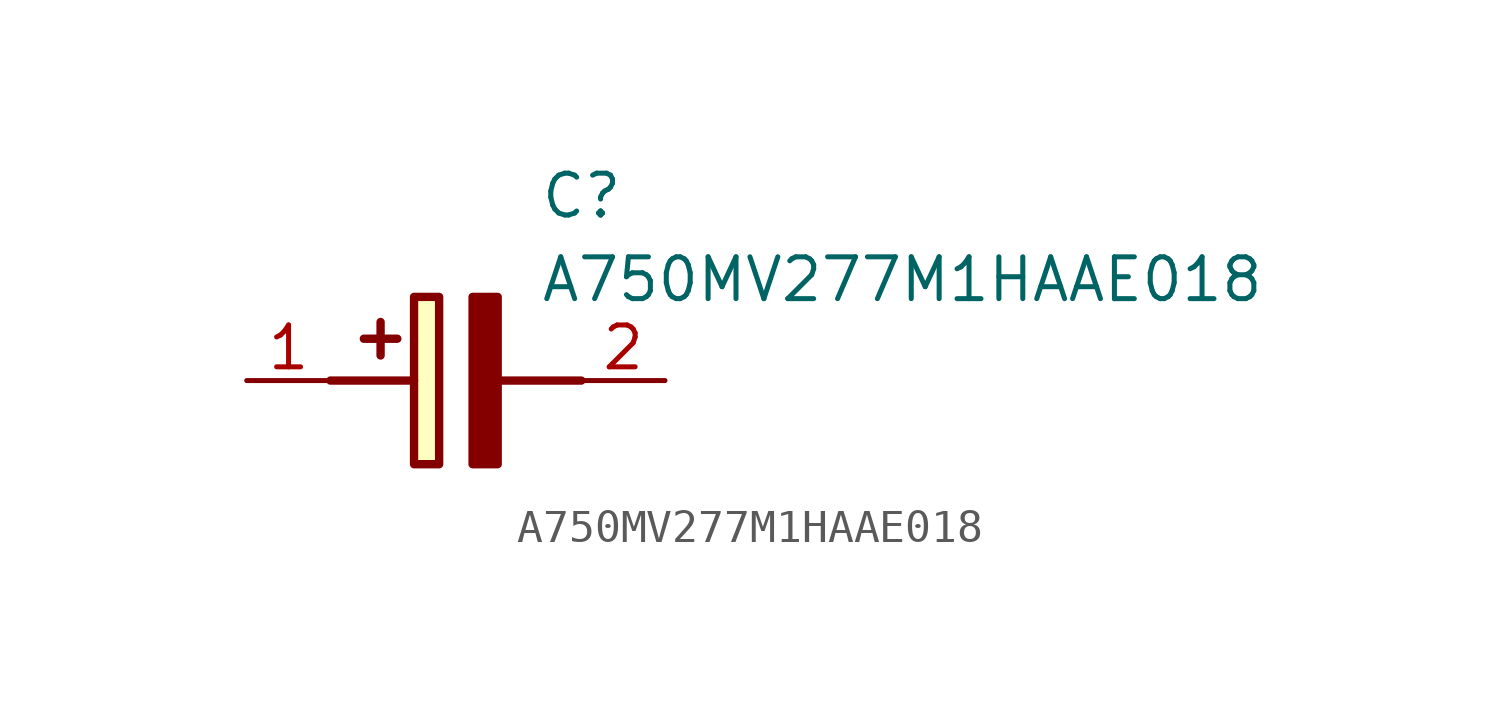
<source format=kicad_sym>
(kicad_symbol_lib
  (version 20211014)
  (generator SamacSys_ECAD_Model)
  (symbol "A750MV277M1HAAE018"
    (pin_names hide)
    (property "Reference" "C"
      (at 8.89 6.35 0)
      (effects (font (size 1.27 1.27)) (justify left top)))
    (property "Value" "A750MV277M1HAAE018"
      (at 8.89 3.81 0)
      (effects (font (size 1.27 1.27)) (justify left top)))
    (rectangle
      (start 5.08 2.54)
      (end 5.842 -2.54)
      (stroke (width 0.254) (type default))
      (fill (type background)))
    (polyline
      (pts (xy 4.572 1.27) (xy 3.556 1.27))
      (stroke (width 0.254) (type default))
      (fill (type none)))
    (polyline
      (pts (xy 4.064 1.778) (xy 4.064 0.762))
      (stroke (width 0.254) (type default))
      (fill (type none)))
    (polyline
      (pts (xy 2.54 0) (xy 5.08 0))
      (stroke (width 0.254) (type default))
      (fill (type none)))
    (polyline
      (pts (xy 7.62 0) (xy 10.16 0))
      (stroke (width 0.254) (type default))
      (fill (type none)))
    (polyline
      (pts (xy 7.62 2.54) (xy 7.62 -2.54) (xy 6.858 -2.54) (xy 6.858 2.54) (xy 7.62 2.54))
      (stroke (width 0.254) (type default))
      (fill (type outline)))
    (pin passive line
      (at 0 0 0)
      (length 2.54)
      (name "+" (effects (font (size 1.27 1.27))))
      (number "1" (effects (font (size 1.27 1.27)))))
    (pin passive line
      (at 12.7 0 180)
      (length 2.54)
      (name "-" (effects (font (size 1.27 1.27))))
      (number "2" (effects (font (size 1.27 1.27)))))))
</source>
